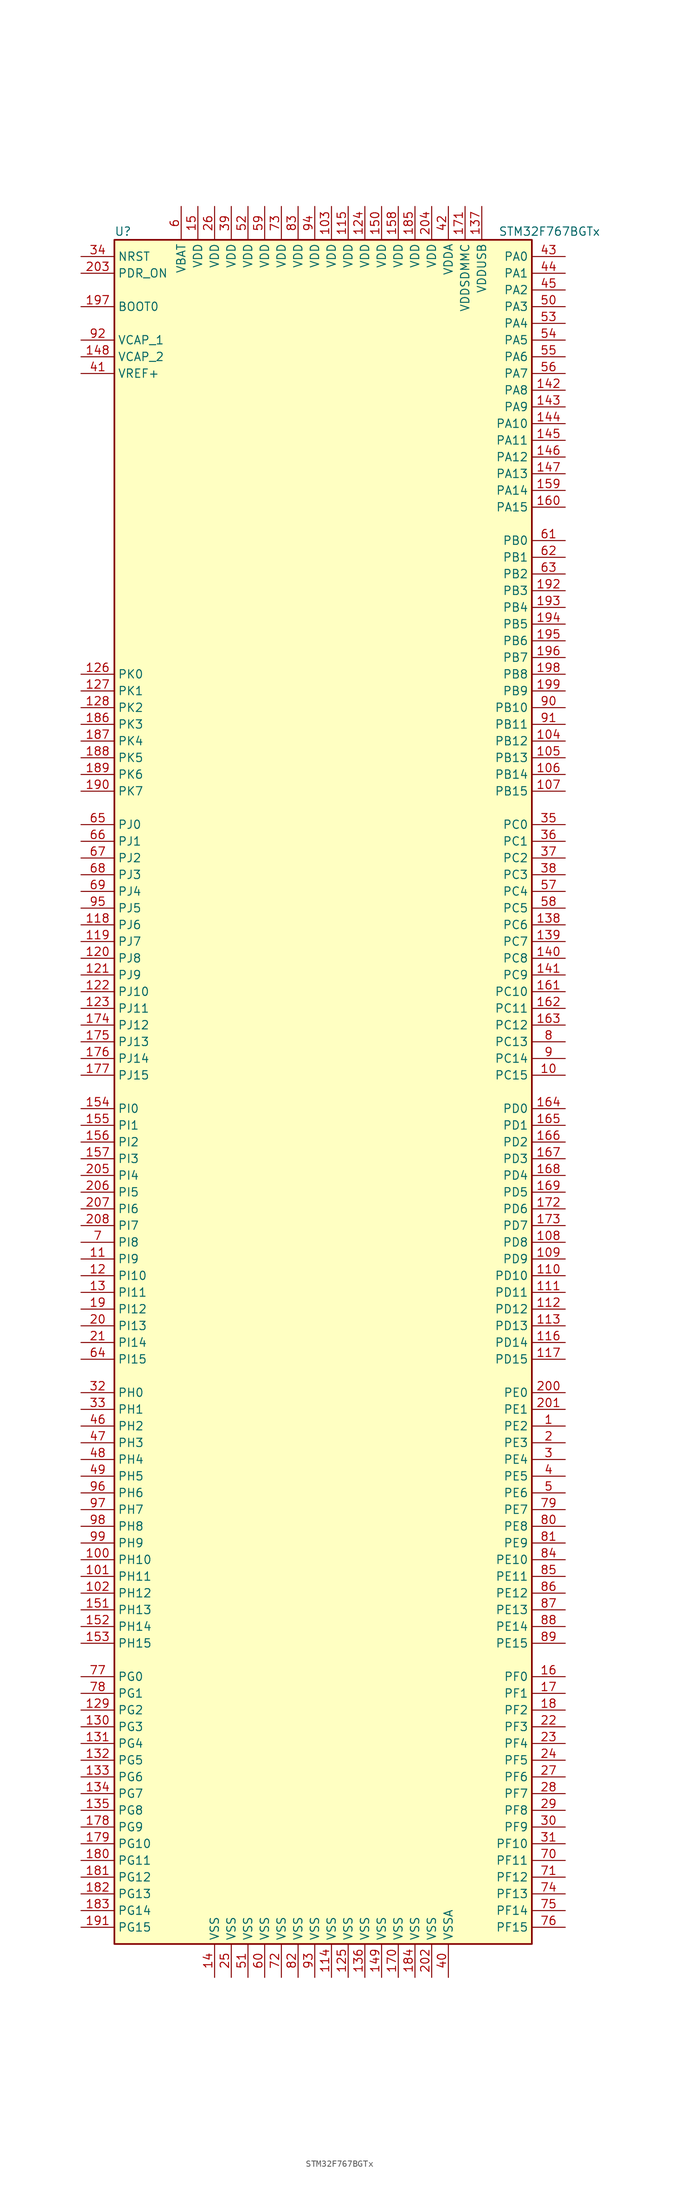
<source format=kicad_sym>
(kicad_symbol_lib
  (version 20220914)
  (generator kicad_symbol_editor)
  (symbol "STM32F767BGTx"
    (property "Reference" "U"
      (at -33.02 130.81 0)
      (effects (font (size 1.27 1.27)) (justify left)))
    (property "Value" "STM32F767BGTx"
      (at 25.4 130.81 0)
      (effects (font (size 1.27 1.27)) (justify left)))
    (symbol "STM32F767BGTx_0_1"
      (rectangle (start -33.02 -129.54) (end 30.48 129.54) (stroke (width 0.254) (type default)) (fill (type background))))
    (symbol "STM32F767BGTx_1_1"
      (pin bidirectional line (at 35.56 -50.8 180) (length 5.08) (name "PE2" (effects (font (size 1.27 1.27)))) (number "1" (effects (font (size 1.27 1.27)))))
      (pin bidirectional line (at 35.56 2.54 180) (length 5.08) (name "PC15" (effects (font (size 1.27 1.27)))) (number "10" (effects (font (size 1.27 1.27)))))
      (pin bidirectional line (at -38.1 -71.12 0) (length 5.08) (name "PH10" (effects (font (size 1.27 1.27)))) (number "100" (effects (font (size 1.27 1.27)))))
      (pin bidirectional line (at -38.1 -73.66 0) (length 5.08) (name "PH11" (effects (font (size 1.27 1.27)))) (number "101" (effects (font (size 1.27 1.27)))))
      (pin bidirectional line (at -38.1 -76.2 0) (length 5.08) (name "PH12" (effects (font (size 1.27 1.27)))) (number "102" (effects (font (size 1.27 1.27)))))
      (pin power_in line (at 0 134.62 270) (length 5.08) (name "VDD" (effects (font (size 1.27 1.27)))) (number "103" (effects (font (size 1.27 1.27)))))
      (pin bidirectional line (at 35.56 53.34 180) (length 5.08) (name "PB12" (effects (font (size 1.27 1.27)))) (number "104" (effects (font (size 1.27 1.27)))))
      (pin bidirectional line (at 35.56 50.8 180) (length 5.08) (name "PB13" (effects (font (size 1.27 1.27)))) (number "105" (effects (font (size 1.27 1.27)))))
      (pin bidirectional line (at 35.56 48.26 180) (length 5.08) (name "PB14" (effects (font (size 1.27 1.27)))) (number "106" (effects (font (size 1.27 1.27)))))
      (pin bidirectional line (at 35.56 45.72 180) (length 5.08) (name "PB15" (effects (font (size 1.27 1.27)))) (number "107" (effects (font (size 1.27 1.27)))))
      (pin bidirectional line (at 35.56 -22.86 180) (length 5.08) (name "PD8" (effects (font (size 1.27 1.27)))) (number "108" (effects (font (size 1.27 1.27)))))
      (pin bidirectional line (at 35.56 -25.4 180) (length 5.08) (name "PD9" (effects (font (size 1.27 1.27)))) (number "109" (effects (font (size 1.27 1.27)))))
      (pin bidirectional line (at -38.1 -25.4 0) (length 5.08) (name "PI9" (effects (font (size 1.27 1.27)))) (number "11" (effects (font (size 1.27 1.27)))))
      (pin bidirectional line (at 35.56 -27.94 180) (length 5.08) (name "PD10" (effects (font (size 1.27 1.27)))) (number "110" (effects (font (size 1.27 1.27)))))
      (pin bidirectional line (at 35.56 -30.48 180) (length 5.08) (name "PD11" (effects (font (size 1.27 1.27)))) (number "111" (effects (font (size 1.27 1.27)))))
      (pin bidirectional line (at 35.56 -33.02 180) (length 5.08) (name "PD12" (effects (font (size 1.27 1.27)))) (number "112" (effects (font (size 1.27 1.27)))))
      (pin bidirectional line (at 35.56 -35.56 180) (length 5.08) (name "PD13" (effects (font (size 1.27 1.27)))) (number "113" (effects (font (size 1.27 1.27)))))
      (pin power_in line (at 0 -134.62 90) (length 5.08) (name "VSS" (effects (font (size 1.27 1.27)))) (number "114" (effects (font (size 1.27 1.27)))))
      (pin power_in line (at 2.54 134.62 270) (length 5.08) (name "VDD" (effects (font (size 1.27 1.27)))) (number "115" (effects (font (size 1.27 1.27)))))
      (pin bidirectional line (at 35.56 -38.1 180) (length 5.08) (name "PD14" (effects (font (size 1.27 1.27)))) (number "116" (effects (font (size 1.27 1.27)))))
      (pin bidirectional line (at 35.56 -40.64 180) (length 5.08) (name "PD15" (effects (font (size 1.27 1.27)))) (number "117" (effects (font (size 1.27 1.27)))))
      (pin bidirectional line (at -38.1 25.4 0) (length 5.08) (name "PJ6" (effects (font (size 1.27 1.27)))) (number "118" (effects (font (size 1.27 1.27)))))
      (pin bidirectional line (at -38.1 22.86 0) (length 5.08) (name "PJ7" (effects (font (size 1.27 1.27)))) (number "119" (effects (font (size 1.27 1.27)))))
      (pin bidirectional line (at -38.1 -27.94 0) (length 5.08) (name "PI10" (effects (font (size 1.27 1.27)))) (number "12" (effects (font (size 1.27 1.27)))))
      (pin bidirectional line (at -38.1 20.32 0) (length 5.08) (name "PJ8" (effects (font (size 1.27 1.27)))) (number "120" (effects (font (size 1.27 1.27)))))
      (pin bidirectional line (at -38.1 17.78 0) (length 5.08) (name "PJ9" (effects (font (size 1.27 1.27)))) (number "121" (effects (font (size 1.27 1.27)))))
      (pin bidirectional line (at -38.1 15.24 0) (length 5.08) (name "PJ10" (effects (font (size 1.27 1.27)))) (number "122" (effects (font (size 1.27 1.27)))))
      (pin bidirectional line (at -38.1 12.7 0) (length 5.08) (name "PJ11" (effects (font (size 1.27 1.27)))) (number "123" (effects (font (size 1.27 1.27)))))
      (pin power_in line (at 5.08 134.62 270) (length 5.08) (name "VDD" (effects (font (size 1.27 1.27)))) (number "124" (effects (font (size 1.27 1.27)))))
      (pin power_in line (at 2.54 -134.62 90) (length 5.08) (name "VSS" (effects (font (size 1.27 1.27)))) (number "125" (effects (font (size 1.27 1.27)))))
      (pin bidirectional line (at -38.1 63.5 0) (length 5.08) (name "PK0" (effects (font (size 1.27 1.27)))) (number "126" (effects (font (size 1.27 1.27)))))
      (pin bidirectional line (at -38.1 60.96 0) (length 5.08) (name "PK1" (effects (font (size 1.27 1.27)))) (number "127" (effects (font (size 1.27 1.27)))))
      (pin bidirectional line (at -38.1 58.42 0) (length 5.08) (name "PK2" (effects (font (size 1.27 1.27)))) (number "128" (effects (font (size 1.27 1.27)))))
      (pin bidirectional line (at -38.1 -93.98 0) (length 5.08) (name "PG2" (effects (font (size 1.27 1.27)))) (number "129" (effects (font (size 1.27 1.27)))))
      (pin bidirectional line (at -38.1 -30.48 0) (length 5.08) (name "PI11" (effects (font (size 1.27 1.27)))) (number "13" (effects (font (size 1.27 1.27)))))
      (pin bidirectional line (at -38.1 -96.52 0) (length 5.08) (name "PG3" (effects (font (size 1.27 1.27)))) (number "130" (effects (font (size 1.27 1.27)))))
      (pin bidirectional line (at -38.1 -99.06 0) (length 5.08) (name "PG4" (effects (font (size 1.27 1.27)))) (number "131" (effects (font (size 1.27 1.27)))))
      (pin bidirectional line (at -38.1 -101.6 0) (length 5.08) (name "PG5" (effects (font (size 1.27 1.27)))) (number "132" (effects (font (size 1.27 1.27)))))
      (pin bidirectional line (at -38.1 -104.14 0) (length 5.08) (name "PG6" (effects (font (size 1.27 1.27)))) (number "133" (effects (font (size 1.27 1.27)))))
      (pin bidirectional line (at -38.1 -106.68 0) (length 5.08) (name "PG7" (effects (font (size 1.27 1.27)))) (number "134" (effects (font (size 1.27 1.27)))))
      (pin bidirectional line (at -38.1 -109.22 0) (length 5.08) (name "PG8" (effects (font (size 1.27 1.27)))) (number "135" (effects (font (size 1.27 1.27)))))
      (pin power_in line (at 5.08 -134.62 90) (length 5.08) (name "VSS" (effects (font (size 1.27 1.27)))) (number "136" (effects (font (size 1.27 1.27)))))
      (pin power_in line (at 22.86 134.62 270) (length 5.08) (name "VDDUSB" (effects (font (size 1.27 1.27)))) (number "137" (effects (font (size 1.27 1.27)))))
      (pin bidirectional line (at 35.56 25.4 180) (length 5.08) (name "PC6" (effects (font (size 1.27 1.27)))) (number "138" (effects (font (size 1.27 1.27)))))
      (pin bidirectional line (at 35.56 22.86 180) (length 5.08) (name "PC7" (effects (font (size 1.27 1.27)))) (number "139" (effects (font (size 1.27 1.27)))))
      (pin power_in line (at -17.78 -134.62 90) (length 5.08) (name "VSS" (effects (font (size 1.27 1.27)))) (number "14" (effects (font (size 1.27 1.27)))))
      (pin bidirectional line (at 35.56 20.32 180) (length 5.08) (name "PC8" (effects (font (size 1.27 1.27)))) (number "140" (effects (font (size 1.27 1.27)))))
      (pin bidirectional line (at 35.56 17.78 180) (length 5.08) (name "PC9" (effects (font (size 1.27 1.27)))) (number "141" (effects (font (size 1.27 1.27)))))
      (pin bidirectional line (at 35.56 106.68 180) (length 5.08) (name "PA8" (effects (font (size 1.27 1.27)))) (number "142" (effects (font (size 1.27 1.27)))))
      (pin bidirectional line (at 35.56 104.14 180) (length 5.08) (name "PA9" (effects (font (size 1.27 1.27)))) (number "143" (effects (font (size 1.27 1.27)))))
      (pin bidirectional line (at 35.56 101.6 180) (length 5.08) (name "PA10" (effects (font (size 1.27 1.27)))) (number "144" (effects (font (size 1.27 1.27)))))
      (pin bidirectional line (at 35.56 99.06 180) (length 5.08) (name "PA11" (effects (font (size 1.27 1.27)))) (number "145" (effects (font (size 1.27 1.27)))))
      (pin bidirectional line (at 35.56 96.52 180) (length 5.08) (name "PA12" (effects (font (size 1.27 1.27)))) (number "146" (effects (font (size 1.27 1.27)))))
      (pin bidirectional line (at 35.56 93.98 180) (length 5.08) (name "PA13" (effects (font (size 1.27 1.27)))) (number "147" (effects (font (size 1.27 1.27)))))
      (pin power_in line (at -38.1 111.76 0) (length 5.08) (name "VCAP_2" (effects (font (size 1.27 1.27)))) (number "148" (effects (font (size 1.27 1.27)))))
      (pin power_in line (at 7.62 -134.62 90) (length 5.08) (name "VSS" (effects (font (size 1.27 1.27)))) (number "149" (effects (font (size 1.27 1.27)))))
      (pin power_in line (at -20.32 134.62 270) (length 5.08) (name "VDD" (effects (font (size 1.27 1.27)))) (number "15" (effects (font (size 1.27 1.27)))))
      (pin power_in line (at 7.62 134.62 270) (length 5.08) (name "VDD" (effects (font (size 1.27 1.27)))) (number "150" (effects (font (size 1.27 1.27)))))
      (pin bidirectional line (at -38.1 -78.74 0) (length 5.08) (name "PH13" (effects (font (size 1.27 1.27)))) (number "151" (effects (font (size 1.27 1.27)))))
      (pin bidirectional line (at -38.1 -81.28 0) (length 5.08) (name "PH14" (effects (font (size 1.27 1.27)))) (number "152" (effects (font (size 1.27 1.27)))))
      (pin bidirectional line (at -38.1 -83.82 0) (length 5.08) (name "PH15" (effects (font (size 1.27 1.27)))) (number "153" (effects (font (size 1.27 1.27)))))
      (pin bidirectional line (at -38.1 -2.54 0) (length 5.08) (name "PI0" (effects (font (size 1.27 1.27)))) (number "154" (effects (font (size 1.27 1.27)))))
      (pin bidirectional line (at -38.1 -5.08 0) (length 5.08) (name "PI1" (effects (font (size 1.27 1.27)))) (number "155" (effects (font (size 1.27 1.27)))))
      (pin bidirectional line (at -38.1 -7.62 0) (length 5.08) (name "PI2" (effects (font (size 1.27 1.27)))) (number "156" (effects (font (size 1.27 1.27)))))
      (pin bidirectional line (at -38.1 -10.16 0) (length 5.08) (name "PI3" (effects (font (size 1.27 1.27)))) (number "157" (effects (font (size 1.27 1.27)))))
      (pin power_in line (at 10.16 134.62 270) (length 5.08) (name "VDD" (effects (font (size 1.27 1.27)))) (number "158" (effects (font (size 1.27 1.27)))))
      (pin bidirectional line (at 35.56 91.44 180) (length 5.08) (name "PA14" (effects (font (size 1.27 1.27)))) (number "159" (effects (font (size 1.27 1.27)))))
      (pin bidirectional line (at 35.56 -88.9 180) (length 5.08) (name "PF0" (effects (font (size 1.27 1.27)))) (number "16" (effects (font (size 1.27 1.27)))))
      (pin bidirectional line (at 35.56 88.9 180) (length 5.08) (name "PA15" (effects (font (size 1.27 1.27)))) (number "160" (effects (font (size 1.27 1.27)))))
      (pin bidirectional line (at 35.56 15.24 180) (length 5.08) (name "PC10" (effects (font (size 1.27 1.27)))) (number "161" (effects (font (size 1.27 1.27)))))
      (pin bidirectional line (at 35.56 12.7 180) (length 5.08) (name "PC11" (effects (font (size 1.27 1.27)))) (number "162" (effects (font (size 1.27 1.27)))))
      (pin bidirectional line (at 35.56 10.16 180) (length 5.08) (name "PC12" (effects (font (size 1.27 1.27)))) (number "163" (effects (font (size 1.27 1.27)))))
      (pin bidirectional line (at 35.56 -2.54 180) (length 5.08) (name "PD0" (effects (font (size 1.27 1.27)))) (number "164" (effects (font (size 1.27 1.27)))))
      (pin bidirectional line (at 35.56 -5.08 180) (length 5.08) (name "PD1" (effects (font (size 1.27 1.27)))) (number "165" (effects (font (size 1.27 1.27)))))
      (pin bidirectional line (at 35.56 -7.62 180) (length 5.08) (name "PD2" (effects (font (size 1.27 1.27)))) (number "166" (effects (font (size 1.27 1.27)))))
      (pin bidirectional line (at 35.56 -10.16 180) (length 5.08) (name "PD3" (effects (font (size 1.27 1.27)))) (number "167" (effects (font (size 1.27 1.27)))))
      (pin bidirectional line (at 35.56 -12.7 180) (length 5.08) (name "PD4" (effects (font (size 1.27 1.27)))) (number "168" (effects (font (size 1.27 1.27)))))
      (pin bidirectional line (at 35.56 -15.24 180) (length 5.08) (name "PD5" (effects (font (size 1.27 1.27)))) (number "169" (effects (font (size 1.27 1.27)))))
      (pin bidirectional line (at 35.56 -91.44 180) (length 5.08) (name "PF1" (effects (font (size 1.27 1.27)))) (number "17" (effects (font (size 1.27 1.27)))))
      (pin power_in line (at 10.16 -134.62 90) (length 5.08) (name "VSS" (effects (font (size 1.27 1.27)))) (number "170" (effects (font (size 1.27 1.27)))))
      (pin power_in line (at 20.32 134.62 270) (length 5.08) (name "VDDSDMMC" (effects (font (size 1.27 1.27)))) (number "171" (effects (font (size 1.27 1.27)))))
      (pin bidirectional line (at 35.56 -17.78 180) (length 5.08) (name "PD6" (effects (font (size 1.27 1.27)))) (number "172" (effects (font (size 1.27 1.27)))))
      (pin bidirectional line (at 35.56 -20.32 180) (length 5.08) (name "PD7" (effects (font (size 1.27 1.27)))) (number "173" (effects (font (size 1.27 1.27)))))
      (pin bidirectional line (at -38.1 10.16 0) (length 5.08) (name "PJ12" (effects (font (size 1.27 1.27)))) (number "174" (effects (font (size 1.27 1.27)))))
      (pin bidirectional line (at -38.1 7.62 0) (length 5.08) (name "PJ13" (effects (font (size 1.27 1.27)))) (number "175" (effects (font (size 1.27 1.27)))))
      (pin bidirectional line (at -38.1 5.08 0) (length 5.08) (name "PJ14" (effects (font (size 1.27 1.27)))) (number "176" (effects (font (size 1.27 1.27)))))
      (pin bidirectional line (at -38.1 2.54 0) (length 5.08) (name "PJ15" (effects (font (size 1.27 1.27)))) (number "177" (effects (font (size 1.27 1.27)))))
      (pin bidirectional line (at -38.1 -111.76 0) (length 5.08) (name "PG9" (effects (font (size 1.27 1.27)))) (number "178" (effects (font (size 1.27 1.27)))))
      (pin bidirectional line (at -38.1 -114.3 0) (length 5.08) (name "PG10" (effects (font (size 1.27 1.27)))) (number "179" (effects (font (size 1.27 1.27)))))
      (pin bidirectional line (at 35.56 -93.98 180) (length 5.08) (name "PF2" (effects (font (size 1.27 1.27)))) (number "18" (effects (font (size 1.27 1.27)))))
      (pin bidirectional line (at -38.1 -116.84 0) (length 5.08) (name "PG11" (effects (font (size 1.27 1.27)))) (number "180" (effects (font (size 1.27 1.27)))))
      (pin bidirectional line (at -38.1 -119.38 0) (length 5.08) (name "PG12" (effects (font (size 1.27 1.27)))) (number "181" (effects (font (size 1.27 1.27)))))
      (pin bidirectional line (at -38.1 -121.92 0) (length 5.08) (name "PG13" (effects (font (size 1.27 1.27)))) (number "182" (effects (font (size 1.27 1.27)))))
      (pin bidirectional line (at -38.1 -124.46 0) (length 5.08) (name "PG14" (effects (font (size 1.27 1.27)))) (number "183" (effects (font (size 1.27 1.27)))))
      (pin power_in line (at 12.7 -134.62 90) (length 5.08) (name "VSS" (effects (font (size 1.27 1.27)))) (number "184" (effects (font (size 1.27 1.27)))))
      (pin power_in line (at 12.7 134.62 270) (length 5.08) (name "VDD" (effects (font (size 1.27 1.27)))) (number "185" (effects (font (size 1.27 1.27)))))
      (pin bidirectional line (at -38.1 55.88 0) (length 5.08) (name "PK3" (effects (font (size 1.27 1.27)))) (number "186" (effects (font (size 1.27 1.27)))))
      (pin bidirectional line (at -38.1 53.34 0) (length 5.08) (name "PK4" (effects (font (size 1.27 1.27)))) (number "187" (effects (font (size 1.27 1.27)))))
      (pin bidirectional line (at -38.1 50.8 0) (length 5.08) (name "PK5" (effects (font (size 1.27 1.27)))) (number "188" (effects (font (size 1.27 1.27)))))
      (pin bidirectional line (at -38.1 48.26 0) (length 5.08) (name "PK6" (effects (font (size 1.27 1.27)))) (number "189" (effects (font (size 1.27 1.27)))))
      (pin bidirectional line (at -38.1 -33.02 0) (length 5.08) (name "PI12" (effects (font (size 1.27 1.27)))) (number "19" (effects (font (size 1.27 1.27)))))
      (pin bidirectional line (at -38.1 45.72 0) (length 5.08) (name "PK7" (effects (font (size 1.27 1.27)))) (number "190" (effects (font (size 1.27 1.27)))))
      (pin bidirectional line (at -38.1 -127 0) (length 5.08) (name "PG15" (effects (font (size 1.27 1.27)))) (number "191" (effects (font (size 1.27 1.27)))))
      (pin bidirectional line (at 35.56 76.2 180) (length 5.08) (name "PB3" (effects (font (size 1.27 1.27)))) (number "192" (effects (font (size 1.27 1.27)))))
      (pin bidirectional line (at 35.56 73.66 180) (length 5.08) (name "PB4" (effects (font (size 1.27 1.27)))) (number "193" (effects (font (size 1.27 1.27)))))
      (pin bidirectional line (at 35.56 71.12 180) (length 5.08) (name "PB5" (effects (font (size 1.27 1.27)))) (number "194" (effects (font (size 1.27 1.27)))))
      (pin bidirectional line (at 35.56 68.58 180) (length 5.08) (name "PB6" (effects (font (size 1.27 1.27)))) (number "195" (effects (font (size 1.27 1.27)))))
      (pin bidirectional line (at 35.56 66.04 180) (length 5.08) (name "PB7" (effects (font (size 1.27 1.27)))) (number "196" (effects (font (size 1.27 1.27)))))
      (pin input line (at -38.1 119.38 0) (length 5.08) (name "BOOT0" (effects (font (size 1.27 1.27)))) (number "197" (effects (font (size 1.27 1.27)))))
      (pin bidirectional line (at 35.56 63.5 180) (length 5.08) (name "PB8" (effects (font (size 1.27 1.27)))) (number "198" (effects (font (size 1.27 1.27)))))
      (pin bidirectional line (at 35.56 60.96 180) (length 5.08) (name "PB9" (effects (font (size 1.27 1.27)))) (number "199" (effects (font (size 1.27 1.27)))))
      (pin bidirectional line (at 35.56 -53.34 180) (length 5.08) (name "PE3" (effects (font (size 1.27 1.27)))) (number "2" (effects (font (size 1.27 1.27)))))
      (pin bidirectional line (at -38.1 -35.56 0) (length 5.08) (name "PI13" (effects (font (size 1.27 1.27)))) (number "20" (effects (font (size 1.27 1.27)))))
      (pin bidirectional line (at 35.56 -45.72 180) (length 5.08) (name "PE0" (effects (font (size 1.27 1.27)))) (number "200" (effects (font (size 1.27 1.27)))))
      (pin bidirectional line (at 35.56 -48.26 180) (length 5.08) (name "PE1" (effects (font (size 1.27 1.27)))) (number "201" (effects (font (size 1.27 1.27)))))
      (pin power_in line (at 15.24 -134.62 90) (length 5.08) (name "VSS" (effects (font (size 1.27 1.27)))) (number "202" (effects (font (size 1.27 1.27)))))
      (pin input line (at -38.1 124.46 0) (length 5.08) (name "PDR_ON" (effects (font (size 1.27 1.27)))) (number "203" (effects (font (size 1.27 1.27)))))
      (pin power_in line (at 15.24 134.62 270) (length 5.08) (name "VDD" (effects (font (size 1.27 1.27)))) (number "204" (effects (font (size 1.27 1.27)))))
      (pin bidirectional line (at -38.1 -12.7 0) (length 5.08) (name "PI4" (effects (font (size 1.27 1.27)))) (number "205" (effects (font (size 1.27 1.27)))))
      (pin bidirectional line (at -38.1 -15.24 0) (length 5.08) (name "PI5" (effects (font (size 1.27 1.27)))) (number "206" (effects (font (size 1.27 1.27)))))
      (pin bidirectional line (at -38.1 -17.78 0) (length 5.08) (name "PI6" (effects (font (size 1.27 1.27)))) (number "207" (effects (font (size 1.27 1.27)))))
      (pin bidirectional line (at -38.1 -20.32 0) (length 5.08) (name "PI7" (effects (font (size 1.27 1.27)))) (number "208" (effects (font (size 1.27 1.27)))))
      (pin bidirectional line (at -38.1 -38.1 0) (length 5.08) (name "PI14" (effects (font (size 1.27 1.27)))) (number "21" (effects (font (size 1.27 1.27)))))
      (pin bidirectional line (at 35.56 -96.52 180) (length 5.08) (name "PF3" (effects (font (size 1.27 1.27)))) (number "22" (effects (font (size 1.27 1.27)))))
      (pin bidirectional line (at 35.56 -99.06 180) (length 5.08) (name "PF4" (effects (font (size 1.27 1.27)))) (number "23" (effects (font (size 1.27 1.27)))))
      (pin bidirectional line (at 35.56 -101.6 180) (length 5.08) (name "PF5" (effects (font (size 1.27 1.27)))) (number "24" (effects (font (size 1.27 1.27)))))
      (pin power_in line (at -15.24 -134.62 90) (length 5.08) (name "VSS" (effects (font (size 1.27 1.27)))) (number "25" (effects (font (size 1.27 1.27)))))
      (pin power_in line (at -17.78 134.62 270) (length 5.08) (name "VDD" (effects (font (size 1.27 1.27)))) (number "26" (effects (font (size 1.27 1.27)))))
      (pin bidirectional line (at 35.56 -104.14 180) (length 5.08) (name "PF6" (effects (font (size 1.27 1.27)))) (number "27" (effects (font (size 1.27 1.27)))))
      (pin bidirectional line (at 35.56 -106.68 180) (length 5.08) (name "PF7" (effects (font (size 1.27 1.27)))) (number "28" (effects (font (size 1.27 1.27)))))
      (pin bidirectional line (at 35.56 -109.22 180) (length 5.08) (name "PF8" (effects (font (size 1.27 1.27)))) (number "29" (effects (font (size 1.27 1.27)))))
      (pin bidirectional line (at 35.56 -55.88 180) (length 5.08) (name "PE4" (effects (font (size 1.27 1.27)))) (number "3" (effects (font (size 1.27 1.27)))))
      (pin bidirectional line (at 35.56 -111.76 180) (length 5.08) (name "PF9" (effects (font (size 1.27 1.27)))) (number "30" (effects (font (size 1.27 1.27)))))
      (pin bidirectional line (at 35.56 -114.3 180) (length 5.08) (name "PF10" (effects (font (size 1.27 1.27)))) (number "31" (effects (font (size 1.27 1.27)))))
      (pin input line (at -38.1 -45.72 0) (length 5.08) (name "PH0" (effects (font (size 1.27 1.27)))) (number "32" (effects (font (size 1.27 1.27)))))
      (pin input line (at -38.1 -48.26 0) (length 5.08) (name "PH1" (effects (font (size 1.27 1.27)))) (number "33" (effects (font (size 1.27 1.27)))))
      (pin input line (at -38.1 127 0) (length 5.08) (name "NRST" (effects (font (size 1.27 1.27)))) (number "34" (effects (font (size 1.27 1.27)))))
      (pin bidirectional line (at 35.56 40.64 180) (length 5.08) (name "PC0" (effects (font (size 1.27 1.27)))) (number "35" (effects (font (size 1.27 1.27)))))
      (pin bidirectional line (at 35.56 38.1 180) (length 5.08) (name "PC1" (effects (font (size 1.27 1.27)))) (number "36" (effects (font (size 1.27 1.27)))))
      (pin bidirectional line (at 35.56 35.56 180) (length 5.08) (name "PC2" (effects (font (size 1.27 1.27)))) (number "37" (effects (font (size 1.27 1.27)))))
      (pin bidirectional line (at 35.56 33.02 180) (length 5.08) (name "PC3" (effects (font (size 1.27 1.27)))) (number "38" (effects (font (size 1.27 1.27)))))
      (pin power_in line (at -15.24 134.62 270) (length 5.08) (name "VDD" (effects (font (size 1.27 1.27)))) (number "39" (effects (font (size 1.27 1.27)))))
      (pin bidirectional line (at 35.56 -58.42 180) (length 5.08) (name "PE5" (effects (font (size 1.27 1.27)))) (number "4" (effects (font (size 1.27 1.27)))))
      (pin power_in line (at 17.78 -134.62 90) (length 5.08) (name "VSSA" (effects (font (size 1.27 1.27)))) (number "40" (effects (font (size 1.27 1.27)))))
      (pin power_in line (at -38.1 109.22 0) (length 5.08) (name "VREF+" (effects (font (size 1.27 1.27)))) (number "41" (effects (font (size 1.27 1.27)))))
      (pin power_in line (at 17.78 134.62 270) (length 5.08) (name "VDDA" (effects (font (size 1.27 1.27)))) (number "42" (effects (font (size 1.27 1.27)))))
      (pin bidirectional line (at 35.56 127 180) (length 5.08) (name "PA0" (effects (font (size 1.27 1.27)))) (number "43" (effects (font (size 1.27 1.27)))))
      (pin bidirectional line (at 35.56 124.46 180) (length 5.08) (name "PA1" (effects (font (size 1.27 1.27)))) (number "44" (effects (font (size 1.27 1.27)))))
      (pin bidirectional line (at 35.56 121.92 180) (length 5.08) (name "PA2" (effects (font (size 1.27 1.27)))) (number "45" (effects (font (size 1.27 1.27)))))
      (pin bidirectional line (at -38.1 -50.8 0) (length 5.08) (name "PH2" (effects (font (size 1.27 1.27)))) (number "46" (effects (font (size 1.27 1.27)))))
      (pin bidirectional line (at -38.1 -53.34 0) (length 5.08) (name "PH3" (effects (font (size 1.27 1.27)))) (number "47" (effects (font (size 1.27 1.27)))))
      (pin bidirectional line (at -38.1 -55.88 0) (length 5.08) (name "PH4" (effects (font (size 1.27 1.27)))) (number "48" (effects (font (size 1.27 1.27)))))
      (pin bidirectional line (at -38.1 -58.42 0) (length 5.08) (name "PH5" (effects (font (size 1.27 1.27)))) (number "49" (effects (font (size 1.27 1.27)))))
      (pin bidirectional line (at 35.56 -60.96 180) (length 5.08) (name "PE6" (effects (font (size 1.27 1.27)))) (number "5" (effects (font (size 1.27 1.27)))))
      (pin bidirectional line (at 35.56 119.38 180) (length 5.08) (name "PA3" (effects (font (size 1.27 1.27)))) (number "50" (effects (font (size 1.27 1.27)))))
      (pin power_in line (at -12.7 -134.62 90) (length 5.08) (name "VSS" (effects (font (size 1.27 1.27)))) (number "51" (effects (font (size 1.27 1.27)))))
      (pin power_in line (at -12.7 134.62 270) (length 5.08) (name "VDD" (effects (font (size 1.27 1.27)))) (number "52" (effects (font (size 1.27 1.27)))))
      (pin bidirectional line (at 35.56 116.84 180) (length 5.08) (name "PA4" (effects (font (size 1.27 1.27)))) (number "53" (effects (font (size 1.27 1.27)))))
      (pin bidirectional line (at 35.56 114.3 180) (length 5.08) (name "PA5" (effects (font (size 1.27 1.27)))) (number "54" (effects (font (size 1.27 1.27)))))
      (pin bidirectional line (at 35.56 111.76 180) (length 5.08) (name "PA6" (effects (font (size 1.27 1.27)))) (number "55" (effects (font (size 1.27 1.27)))))
      (pin bidirectional line (at 35.56 109.22 180) (length 5.08) (name "PA7" (effects (font (size 1.27 1.27)))) (number "56" (effects (font (size 1.27 1.27)))))
      (pin bidirectional line (at 35.56 30.48 180) (length 5.08) (name "PC4" (effects (font (size 1.27 1.27)))) (number "57" (effects (font (size 1.27 1.27)))))
      (pin bidirectional line (at 35.56 27.94 180) (length 5.08) (name "PC5" (effects (font (size 1.27 1.27)))) (number "58" (effects (font (size 1.27 1.27)))))
      (pin power_in line (at -10.16 134.62 270) (length 5.08) (name "VDD" (effects (font (size 1.27 1.27)))) (number "59" (effects (font (size 1.27 1.27)))))
      (pin power_in line (at -22.86 134.62 270) (length 5.08) (name "VBAT" (effects (font (size 1.27 1.27)))) (number "6" (effects (font (size 1.27 1.27)))))
      (pin power_in line (at -10.16 -134.62 90) (length 5.08) (name "VSS" (effects (font (size 1.27 1.27)))) (number "60" (effects (font (size 1.27 1.27)))))
      (pin bidirectional line (at 35.56 83.82 180) (length 5.08) (name "PB0" (effects (font (size 1.27 1.27)))) (number "61" (effects (font (size 1.27 1.27)))))
      (pin bidirectional line (at 35.56 81.28 180) (length 5.08) (name "PB1" (effects (font (size 1.27 1.27)))) (number "62" (effects (font (size 1.27 1.27)))))
      (pin bidirectional line (at 35.56 78.74 180) (length 5.08) (name "PB2" (effects (font (size 1.27 1.27)))) (number "63" (effects (font (size 1.27 1.27)))))
      (pin bidirectional line (at -38.1 -40.64 0) (length 5.08) (name "PI15" (effects (font (size 1.27 1.27)))) (number "64" (effects (font (size 1.27 1.27)))))
      (pin bidirectional line (at -38.1 40.64 0) (length 5.08) (name "PJ0" (effects (font (size 1.27 1.27)))) (number "65" (effects (font (size 1.27 1.27)))))
      (pin bidirectional line (at -38.1 38.1 0) (length 5.08) (name "PJ1" (effects (font (size 1.27 1.27)))) (number "66" (effects (font (size 1.27 1.27)))))
      (pin bidirectional line (at -38.1 35.56 0) (length 5.08) (name "PJ2" (effects (font (size 1.27 1.27)))) (number "67" (effects (font (size 1.27 1.27)))))
      (pin bidirectional line (at -38.1 33.02 0) (length 5.08) (name "PJ3" (effects (font (size 1.27 1.27)))) (number "68" (effects (font (size 1.27 1.27)))))
      (pin bidirectional line (at -38.1 30.48 0) (length 5.08) (name "PJ4" (effects (font (size 1.27 1.27)))) (number "69" (effects (font (size 1.27 1.27)))))
      (pin bidirectional line (at -38.1 -22.86 0) (length 5.08) (name "PI8" (effects (font (size 1.27 1.27)))) (number "7" (effects (font (size 1.27 1.27)))))
      (pin bidirectional line (at 35.56 -116.84 180) (length 5.08) (name "PF11" (effects (font (size 1.27 1.27)))) (number "70" (effects (font (size 1.27 1.27)))))
      (pin bidirectional line (at 35.56 -119.38 180) (length 5.08) (name "PF12" (effects (font (size 1.27 1.27)))) (number "71" (effects (font (size 1.27 1.27)))))
      (pin power_in line (at -7.62 -134.62 90) (length 5.08) (name "VSS" (effects (font (size 1.27 1.27)))) (number "72" (effects (font (size 1.27 1.27)))))
      (pin power_in line (at -7.62 134.62 270) (length 5.08) (name "VDD" (effects (font (size 1.27 1.27)))) (number "73" (effects (font (size 1.27 1.27)))))
      (pin bidirectional line (at 35.56 -121.92 180) (length 5.08) (name "PF13" (effects (font (size 1.27 1.27)))) (number "74" (effects (font (size 1.27 1.27)))))
      (pin bidirectional line (at 35.56 -124.46 180) (length 5.08) (name "PF14" (effects (font (size 1.27 1.27)))) (number "75" (effects (font (size 1.27 1.27)))))
      (pin bidirectional line (at 35.56 -127 180) (length 5.08) (name "PF15" (effects (font (size 1.27 1.27)))) (number "76" (effects (font (size 1.27 1.27)))))
      (pin bidirectional line (at -38.1 -88.9 0) (length 5.08) (name "PG0" (effects (font (size 1.27 1.27)))) (number "77" (effects (font (size 1.27 1.27)))))
      (pin bidirectional line (at -38.1 -91.44 0) (length 5.08) (name "PG1" (effects (font (size 1.27 1.27)))) (number "78" (effects (font (size 1.27 1.27)))))
      (pin bidirectional line (at 35.56 -63.5 180) (length 5.08) (name "PE7" (effects (font (size 1.27 1.27)))) (number "79" (effects (font (size 1.27 1.27)))))
      (pin bidirectional line (at 35.56 7.62 180) (length 5.08) (name "PC13" (effects (font (size 1.27 1.27)))) (number "8" (effects (font (size 1.27 1.27)))))
      (pin bidirectional line (at 35.56 -66.04 180) (length 5.08) (name "PE8" (effects (font (size 1.27 1.27)))) (number "80" (effects (font (size 1.27 1.27)))))
      (pin bidirectional line (at 35.56 -68.58 180) (length 5.08) (name "PE9" (effects (font (size 1.27 1.27)))) (number "81" (effects (font (size 1.27 1.27)))))
      (pin power_in line (at -5.08 -134.62 90) (length 5.08) (name "VSS" (effects (font (size 1.27 1.27)))) (number "82" (effects (font (size 1.27 1.27)))))
      (pin power_in line (at -5.08 134.62 270) (length 5.08) (name "VDD" (effects (font (size 1.27 1.27)))) (number "83" (effects (font (size 1.27 1.27)))))
      (pin bidirectional line (at 35.56 -71.12 180) (length 5.08) (name "PE10" (effects (font (size 1.27 1.27)))) (number "84" (effects (font (size 1.27 1.27)))))
      (pin bidirectional line (at 35.56 -73.66 180) (length 5.08) (name "PE11" (effects (font (size 1.27 1.27)))) (number "85" (effects (font (size 1.27 1.27)))))
      (pin bidirectional line (at 35.56 -76.2 180) (length 5.08) (name "PE12" (effects (font (size 1.27 1.27)))) (number "86" (effects (font (size 1.27 1.27)))))
      (pin bidirectional line (at 35.56 -78.74 180) (length 5.08) (name "PE13" (effects (font (size 1.27 1.27)))) (number "87" (effects (font (size 1.27 1.27)))))
      (pin bidirectional line (at 35.56 -81.28 180) (length 5.08) (name "PE14" (effects (font (size 1.27 1.27)))) (number "88" (effects (font (size 1.27 1.27)))))
      (pin bidirectional line (at 35.56 -83.82 180) (length 5.08) (name "PE15" (effects (font (size 1.27 1.27)))) (number "89" (effects (font (size 1.27 1.27)))))
      (pin bidirectional line (at 35.56 5.08 180) (length 5.08) (name "PC14" (effects (font (size 1.27 1.27)))) (number "9" (effects (font (size 1.27 1.27)))))
      (pin bidirectional line (at 35.56 58.42 180) (length 5.08) (name "PB10" (effects (font (size 1.27 1.27)))) (number "90" (effects (font (size 1.27 1.27)))))
      (pin bidirectional line (at 35.56 55.88 180) (length 5.08) (name "PB11" (effects (font (size 1.27 1.27)))) (number "91" (effects (font (size 1.27 1.27)))))
      (pin power_in line (at -38.1 114.3 0) (length 5.08) (name "VCAP_1" (effects (font (size 1.27 1.27)))) (number "92" (effects (font (size 1.27 1.27)))))
      (pin power_in line (at -2.54 -134.62 90) (length 5.08) (name "VSS" (effects (font (size 1.27 1.27)))) (number "93" (effects (font (size 1.27 1.27)))))
      (pin power_in line (at -2.54 134.62 270) (length 5.08) (name "VDD" (effects (font (size 1.27 1.27)))) (number "94" (effects (font (size 1.27 1.27)))))
      (pin bidirectional line (at -38.1 27.94 0) (length 5.08) (name "PJ5" (effects (font (size 1.27 1.27)))) (number "95" (effects (font (size 1.27 1.27)))))
      (pin bidirectional line (at -38.1 -60.96 0) (length 5.08) (name "PH6" (effects (font (size 1.27 1.27)))) (number "96" (effects (font (size 1.27 1.27)))))
      (pin bidirectional line (at -38.1 -63.5 0) (length 5.08) (name "PH7" (effects (font (size 1.27 1.27)))) (number "97" (effects (font (size 1.27 1.27)))))
      (pin bidirectional line (at -38.1 -66.04 0) (length 5.08) (name "PH8" (effects (font (size 1.27 1.27)))) (number "98" (effects (font (size 1.27 1.27)))))
      (pin bidirectional line (at -38.1 -68.58 0) (length 5.08) (name "PH9" (effects (font (size 1.27 1.27)))) (number "99" (effects (font (size 1.27 1.27))))))))
</source>
